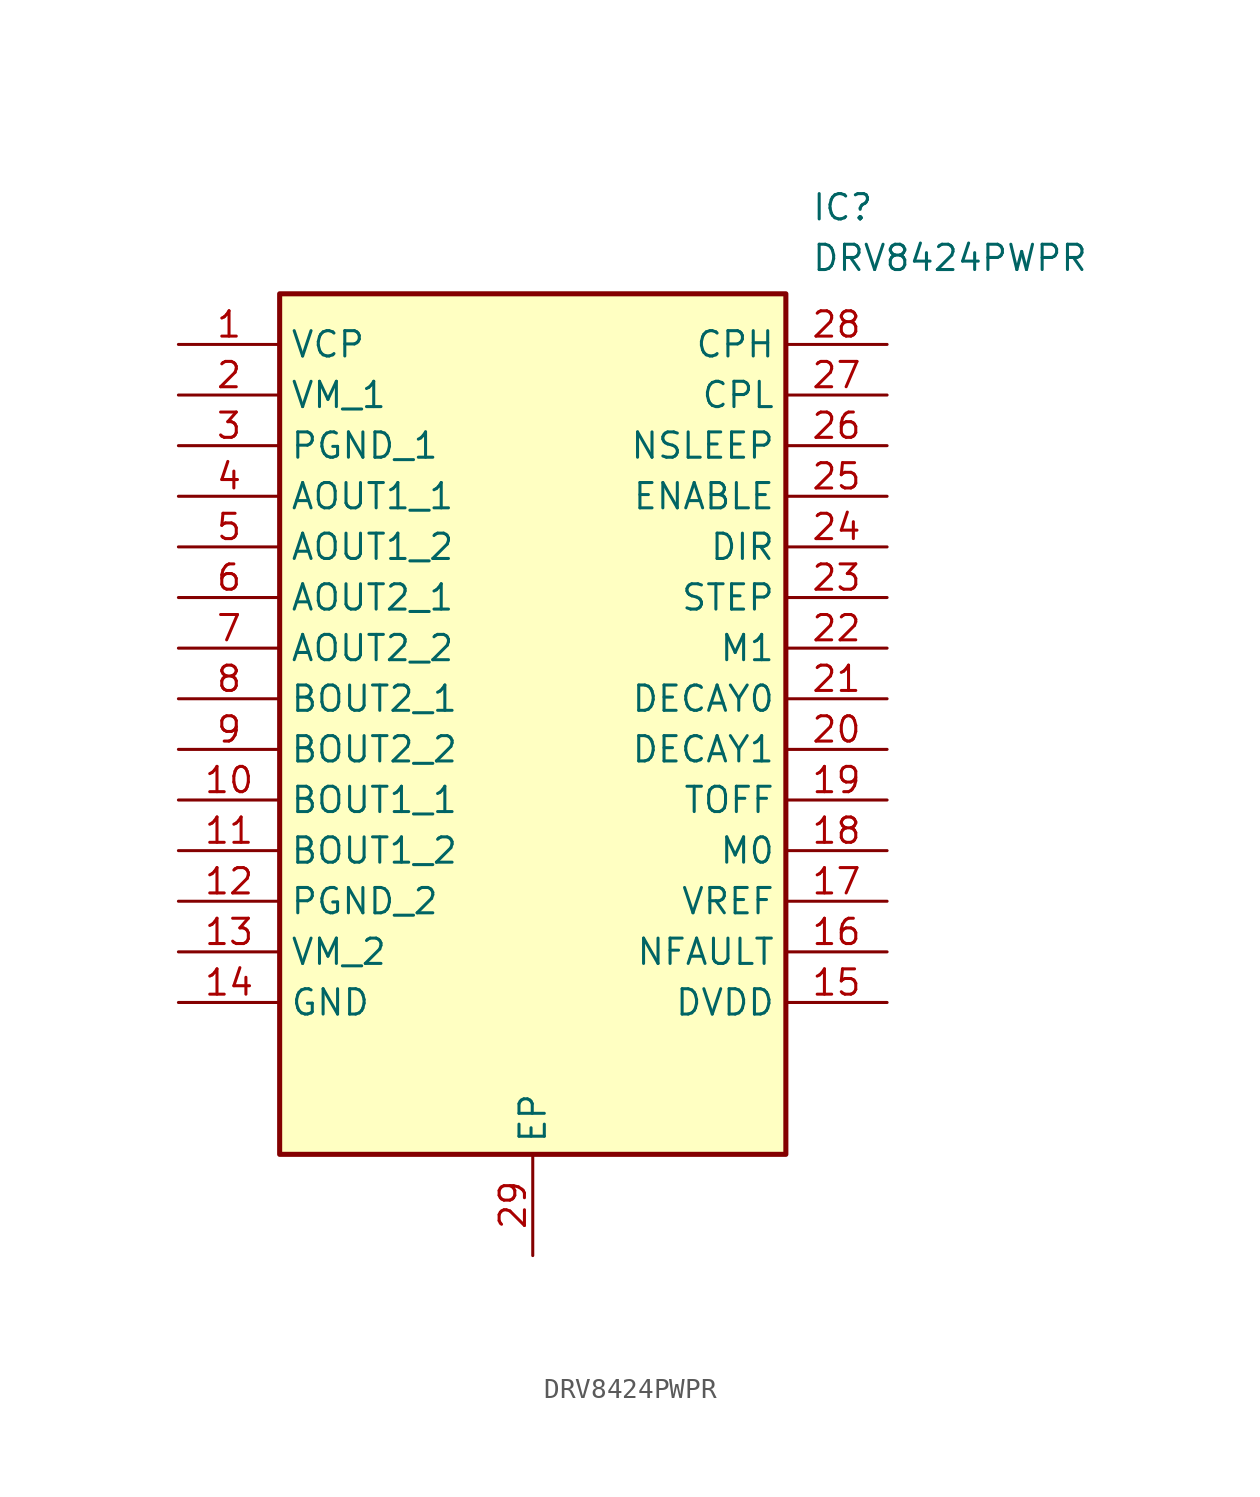
<source format=kicad_sym>
(kicad_symbol_lib
  (version 20211014)
  (generator SamacSys_ECAD_Model)
  (symbol "DRV8424PWPR"
    (property "Reference" "IC"
      (at 31.75 7.62 0)
      (effects (font (size 1.27 1.27)) (justify left top)))
    (property "Value" "DRV8424PWPR"
      (at 31.75 5.08 0)
      (effects (font (size 1.27 1.27)) (justify left top)))
    (rectangle
      (start 5.08 2.54)
      (end 30.48 -40.64)
      (stroke (width 0.254) (type default))
      (fill (type background)))
    (pin passive line
      (at 0 0 0)
      (length 5.08)
      (name "VCP" (effects (font (size 1.27 1.27))))
      (number "1" (effects (font (size 1.27 1.27)))))
    (pin passive line
      (at 0 -2.54 0)
      (length 5.08)
      (name "VM_1" (effects (font (size 1.27 1.27))))
      (number "2" (effects (font (size 1.27 1.27)))))
    (pin passive line
      (at 0 -5.08 0)
      (length 5.08)
      (name "PGND_1" (effects (font (size 1.27 1.27))))
      (number "3" (effects (font (size 1.27 1.27)))))
    (pin passive line
      (at 0 -7.62 0)
      (length 5.08)
      (name "AOUT1_1" (effects (font (size 1.27 1.27))))
      (number "4" (effects (font (size 1.27 1.27)))))
    (pin passive line
      (at 0 -10.16 0)
      (length 5.08)
      (name "AOUT1_2" (effects (font (size 1.27 1.27))))
      (number "5" (effects (font (size 1.27 1.27)))))
    (pin passive line
      (at 0 -12.7 0)
      (length 5.08)
      (name "AOUT2_1" (effects (font (size 1.27 1.27))))
      (number "6" (effects (font (size 1.27 1.27)))))
    (pin passive line
      (at 0 -15.24 0)
      (length 5.08)
      (name "AOUT2_2" (effects (font (size 1.27 1.27))))
      (number "7" (effects (font (size 1.27 1.27)))))
    (pin passive line
      (at 0 -17.78 0)
      (length 5.08)
      (name "BOUT2_1" (effects (font (size 1.27 1.27))))
      (number "8" (effects (font (size 1.27 1.27)))))
    (pin passive line
      (at 0 -20.32 0)
      (length 5.08)
      (name "BOUT2_2" (effects (font (size 1.27 1.27))))
      (number "9" (effects (font (size 1.27 1.27)))))
    (pin passive line
      (at 0 -22.86 0)
      (length 5.08)
      (name "BOUT1_1" (effects (font (size 1.27 1.27))))
      (number "10" (effects (font (size 1.27 1.27)))))
    (pin passive line
      (at 0 -25.4 0)
      (length 5.08)
      (name "BOUT1_2" (effects (font (size 1.27 1.27))))
      (number "11" (effects (font (size 1.27 1.27)))))
    (pin passive line
      (at 0 -27.94 0)
      (length 5.08)
      (name "PGND_2" (effects (font (size 1.27 1.27))))
      (number "12" (effects (font (size 1.27 1.27)))))
    (pin passive line
      (at 0 -30.48 0)
      (length 5.08)
      (name "VM_2" (effects (font (size 1.27 1.27))))
      (number "13" (effects (font (size 1.27 1.27)))))
    (pin passive line
      (at 0 -33.02 0)
      (length 5.08)
      (name "GND" (effects (font (size 1.27 1.27))))
      (number "14" (effects (font (size 1.27 1.27)))))
    (pin passive line
      (at 17.78 -45.72 90)
      (length 5.08)
      (name "EP" (effects (font (size 1.27 1.27))))
      (number "29" (effects (font (size 1.27 1.27)))))
    (pin passive line
      (at 35.56 0 180)
      (length 5.08)
      (name "CPH" (effects (font (size 1.27 1.27))))
      (number "28" (effects (font (size 1.27 1.27)))))
    (pin passive line
      (at 35.56 -2.54 180)
      (length 5.08)
      (name "CPL" (effects (font (size 1.27 1.27))))
      (number "27" (effects (font (size 1.27 1.27)))))
    (pin passive line
      (at 35.56 -5.08 180)
      (length 5.08)
      (name "NSLEEP" (effects (font (size 1.27 1.27))))
      (number "26" (effects (font (size 1.27 1.27)))))
    (pin passive line
      (at 35.56 -7.62 180)
      (length 5.08)
      (name "ENABLE" (effects (font (size 1.27 1.27))))
      (number "25" (effects (font (size 1.27 1.27)))))
    (pin passive line
      (at 35.56 -10.16 180)
      (length 5.08)
      (name "DIR" (effects (font (size 1.27 1.27))))
      (number "24" (effects (font (size 1.27 1.27)))))
    (pin passive line
      (at 35.56 -12.7 180)
      (length 5.08)
      (name "STEP" (effects (font (size 1.27 1.27))))
      (number "23" (effects (font (size 1.27 1.27)))))
    (pin passive line
      (at 35.56 -15.24 180)
      (length 5.08)
      (name "M1" (effects (font (size 1.27 1.27))))
      (number "22" (effects (font (size 1.27 1.27)))))
    (pin passive line
      (at 35.56 -17.78 180)
      (length 5.08)
      (name "DECAY0" (effects (font (size 1.27 1.27))))
      (number "21" (effects (font (size 1.27 1.27)))))
    (pin passive line
      (at 35.56 -20.32 180)
      (length 5.08)
      (name "DECAY1" (effects (font (size 1.27 1.27))))
      (number "20" (effects (font (size 1.27 1.27)))))
    (pin passive line
      (at 35.56 -22.86 180)
      (length 5.08)
      (name "TOFF" (effects (font (size 1.27 1.27))))
      (number "19" (effects (font (size 1.27 1.27)))))
    (pin passive line
      (at 35.56 -25.4 180)
      (length 5.08)
      (name "M0" (effects (font (size 1.27 1.27))))
      (number "18" (effects (font (size 1.27 1.27)))))
    (pin passive line
      (at 35.56 -27.94 180)
      (length 5.08)
      (name "VREF" (effects (font (size 1.27 1.27))))
      (number "17" (effects (font (size 1.27 1.27)))))
    (pin passive line
      (at 35.56 -30.48 180)
      (length 5.08)
      (name "NFAULT" (effects (font (size 1.27 1.27))))
      (number "16" (effects (font (size 1.27 1.27)))))
    (pin passive line
      (at 35.56 -33.02 180)
      (length 5.08)
      (name "DVDD" (effects (font (size 1.27 1.27))))
      (number "15" (effects (font (size 1.27 1.27)))))))
</source>
